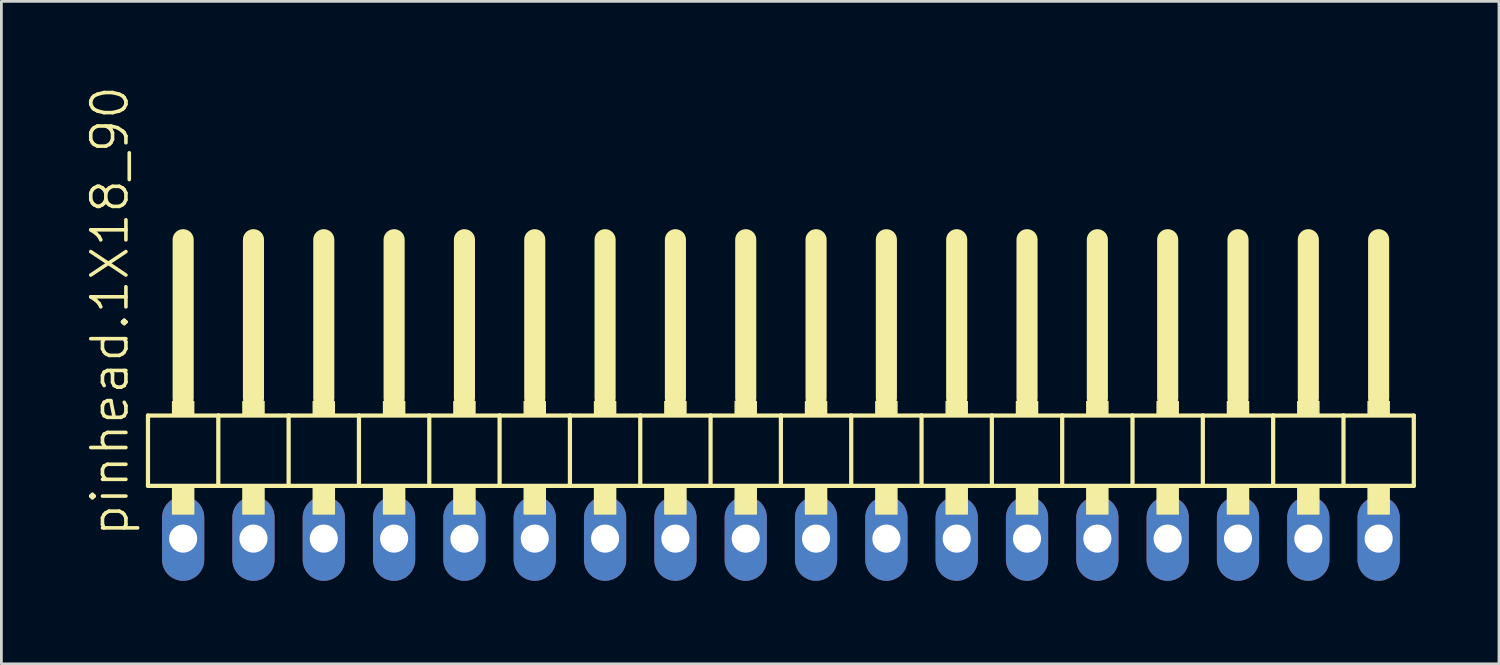
<source format=kicad_pcb>
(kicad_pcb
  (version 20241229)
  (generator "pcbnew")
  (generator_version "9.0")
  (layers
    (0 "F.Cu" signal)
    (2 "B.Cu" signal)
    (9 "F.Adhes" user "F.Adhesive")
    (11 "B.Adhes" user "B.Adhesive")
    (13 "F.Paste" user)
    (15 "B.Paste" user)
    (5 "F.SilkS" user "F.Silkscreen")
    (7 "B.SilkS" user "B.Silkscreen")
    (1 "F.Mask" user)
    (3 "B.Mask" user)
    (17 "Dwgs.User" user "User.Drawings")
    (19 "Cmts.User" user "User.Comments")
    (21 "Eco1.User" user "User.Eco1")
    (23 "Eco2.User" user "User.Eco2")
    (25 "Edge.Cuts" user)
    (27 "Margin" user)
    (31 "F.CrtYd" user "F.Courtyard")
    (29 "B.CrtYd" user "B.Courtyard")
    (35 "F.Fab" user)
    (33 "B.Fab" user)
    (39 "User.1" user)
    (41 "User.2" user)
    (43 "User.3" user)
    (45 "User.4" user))
  (footprint "pinhead.1X18_90"
    (layer "F.Cu")
    (at 25.155 12.594)
    (property "Reference" "pinhead.1X18_90" (at -23.495 3.81 90) (layer "F.SilkS") (effects (font (size 1.27 1.27) (thickness 0.13)) (justify left bottom)))
    (attr through_hole)
    (fp_line (start -22.86 -0.635) (end -22.86 1.905) (stroke (width 0.152) (type default)) (layer "F.SilkS"))
    (fp_line (start -22.86 1.905) (end -20.32 1.905) (stroke (width 0.152) (type default)) (layer "F.SilkS"))
    (fp_line (start -21.59 -6.985) (end -21.59 -1.27) (stroke (width 0.762) (type default)) (layer "F.SilkS"))
    (fp_line (start -20.32 -0.635) (end -22.86 -0.635) (stroke (width 0.152) (type default)) (layer "F.SilkS"))
    (fp_line (start -20.32 1.905) (end -20.32 -0.635) (stroke (width 0.152) (type default)) (layer "F.SilkS"))
    (fp_line (start -20.32 1.905) (end -17.78 1.905) (stroke (width 0.152) (type default)) (layer "F.SilkS"))
    (fp_line (start -19.05 -6.985) (end -19.05 -1.27) (stroke (width 0.762) (type default)) (layer "F.SilkS"))
    (fp_line (start -17.78 -0.635) (end -20.32 -0.635) (stroke (width 0.152) (type default)) (layer "F.SilkS"))
    (fp_line (start -17.78 1.905) (end -17.78 -0.635) (stroke (width 0.152) (type default)) (layer "F.SilkS"))
    (fp_line (start -17.78 1.905) (end -15.24 1.905) (stroke (width 0.152) (type default)) (layer "F.SilkS"))
    (fp_line (start -16.51 -6.985) (end -16.51 -1.27) (stroke (width 0.762) (type default)) (layer "F.SilkS"))
    (fp_line (start -15.24 -0.635) (end -17.78 -0.635) (stroke (width 0.152) (type default)) (layer "F.SilkS"))
    (fp_line (start -15.24 1.905) (end -15.24 -0.635) (stroke (width 0.152) (type default)) (layer "F.SilkS"))
    (fp_line (start -15.24 1.905) (end -12.7 1.905) (stroke (width 0.152) (type default)) (layer "F.SilkS"))
    (fp_line (start -13.97 -6.985) (end -13.97 -1.27) (stroke (width 0.762) (type default)) (layer "F.SilkS"))
    (fp_line (start -12.7 -0.635) (end -15.24 -0.635) (stroke (width 0.152) (type default)) (layer "F.SilkS"))
    (fp_line (start -12.7 1.905) (end -12.7 -0.635) (stroke (width 0.152) (type default)) (layer "F.SilkS"))
    (fp_line (start -12.7 1.905) (end -10.16 1.905) (stroke (width 0.152) (type default)) (layer "F.SilkS"))
    (fp_line (start -11.43 -6.985) (end -11.43 -1.27) (stroke (width 0.762) (type default)) (layer "F.SilkS"))
    (fp_line (start -10.16 -0.635) (end -12.7 -0.635) (stroke (width 0.152) (type default)) (layer "F.SilkS"))
    (fp_line (start -10.16 1.905) (end -10.16 -0.635) (stroke (width 0.152) (type default)) (layer "F.SilkS"))
    (fp_line (start -10.16 1.905) (end -7.62 1.905) (stroke (width 0.152) (type default)) (layer "F.SilkS"))
    (fp_line (start -8.89 -6.985) (end -8.89 -1.27) (stroke (width 0.762) (type default)) (layer "F.SilkS"))
    (fp_line (start -7.62 -0.635) (end -10.16 -0.635) (stroke (width 0.152) (type default)) (layer "F.SilkS"))
    (fp_line (start -7.62 1.905) (end -7.62 -0.635) (stroke (width 0.152) (type default)) (layer "F.SilkS"))
    (fp_line (start -7.62 1.905) (end -5.08 1.905) (stroke (width 0.152) (type default)) (layer "F.SilkS"))
    (fp_line (start -6.35 -6.985) (end -6.35 -1.27) (stroke (width 0.762) (type default)) (layer "F.SilkS"))
    (fp_line (start -5.08 -0.635) (end -7.62 -0.635) (stroke (width 0.152) (type default)) (layer "F.SilkS"))
    (fp_line (start -5.08 1.905) (end -5.08 -0.635) (stroke (width 0.152) (type default)) (layer "F.SilkS"))
    (fp_line (start -5.08 1.905) (end -2.54 1.905) (stroke (width 0.152) (type default)) (layer "F.SilkS"))
    (fp_line (start -3.81 -6.985) (end -3.81 -1.27) (stroke (width 0.762) (type default)) (layer "F.SilkS"))
    (fp_line (start -2.54 -0.635) (end -5.08 -0.635) (stroke (width 0.152) (type default)) (layer "F.SilkS"))
    (fp_line (start -2.54 1.905) (end -2.54 -0.635) (stroke (width 0.152) (type default)) (layer "F.SilkS"))
    (fp_line (start -2.54 1.905) (end 0 1.905) (stroke (width 0.152) (type default)) (layer "F.SilkS"))
    (fp_line (start -1.27 -6.985) (end -1.27 -1.27) (stroke (width 0.762) (type default)) (layer "F.SilkS"))
    (fp_line (start 0 -0.635) (end -2.54 -0.635) (stroke (width 0.152) (type default)) (layer "F.SilkS"))
    (fp_line (start 0 1.905) (end 0 -0.635) (stroke (width 0.152) (type default)) (layer "F.SilkS"))
    (fp_line (start 0 1.905) (end 2.54 1.905) (stroke (width 0.152) (type default)) (layer "F.SilkS"))
    (fp_line (start 1.27 -6.985) (end 1.27 -1.27) (stroke (width 0.762) (type default)) (layer "F.SilkS"))
    (fp_line (start 2.54 -0.635) (end 0 -0.635) (stroke (width 0.152) (type default)) (layer "F.SilkS"))
    (fp_line (start 2.54 1.905) (end 2.54 -0.635) (stroke (width 0.152) (type default)) (layer "F.SilkS"))
    (fp_line (start 2.54 1.905) (end 5.08 1.905) (stroke (width 0.152) (type default)) (layer "F.SilkS"))
    (fp_line (start 3.81 -6.985) (end 3.81 -1.27) (stroke (width 0.762) (type default)) (layer "F.SilkS"))
    (fp_line (start 5.08 -0.635) (end 2.54 -0.635) (stroke (width 0.152) (type default)) (layer "F.SilkS"))
    (fp_line (start 5.08 1.905) (end 5.08 -0.635) (stroke (width 0.152) (type default)) (layer "F.SilkS"))
    (fp_line (start 5.08 1.905) (end 7.62 1.905) (stroke (width 0.152) (type default)) (layer "F.SilkS"))
    (fp_line (start 6.35 -6.985) (end 6.35 -1.27) (stroke (width 0.762) (type default)) (layer "F.SilkS"))
    (fp_line (start 7.62 -0.635) (end 5.08 -0.635) (stroke (width 0.152) (type default)) (layer "F.SilkS"))
    (fp_line (start 7.62 1.905) (end 7.62 -0.635) (stroke (width 0.152) (type default)) (layer "F.SilkS"))
    (fp_line (start 7.62 1.905) (end 10.16 1.905) (stroke (width 0.152) (type default)) (layer "F.SilkS"))
    (fp_line (start 8.89 -6.985) (end 8.89 -1.27) (stroke (width 0.762) (type default)) (layer "F.SilkS"))
    (fp_line (start 10.16 -0.635) (end 7.62 -0.635) (stroke (width 0.152) (type default)) (layer "F.SilkS"))
    (fp_line (start 10.16 1.905) (end 10.16 -0.635) (stroke (width 0.152) (type default)) (layer "F.SilkS"))
    (fp_line (start 10.16 1.905) (end 12.7 1.905) (stroke (width 0.152) (type default)) (layer "F.SilkS"))
    (fp_line (start 11.43 -6.985) (end 11.43 -1.27) (stroke (width 0.762) (type default)) (layer "F.SilkS"))
    (fp_line (start 12.7 -0.635) (end 10.16 -0.635) (stroke (width 0.152) (type default)) (layer "F.SilkS"))
    (fp_line (start 12.7 1.905) (end 12.7 -0.635) (stroke (width 0.152) (type default)) (layer "F.SilkS"))
    (fp_line (start 12.7 1.905) (end 15.24 1.905) (stroke (width 0.152) (type default)) (layer "F.SilkS"))
    (fp_line (start 13.97 -6.985) (end 13.97 -1.27) (stroke (width 0.762) (type default)) (layer "F.SilkS"))
    (fp_line (start 15.24 -0.635) (end 12.7 -0.635) (stroke (width 0.152) (type default)) (layer "F.SilkS"))
    (fp_line (start 15.24 1.905) (end 15.24 -0.635) (stroke (width 0.152) (type default)) (layer "F.SilkS"))
    (fp_line (start 15.24 1.905) (end 17.78 1.905) (stroke (width 0.152) (type default)) (layer "F.SilkS"))
    (fp_line (start 16.51 -6.985) (end 16.51 -1.27) (stroke (width 0.762) (type default)) (layer "F.SilkS"))
    (fp_line (start 17.78 -0.635) (end 15.24 -0.635) (stroke (width 0.152) (type default)) (layer "F.SilkS"))
    (fp_line (start 17.78 1.905) (end 17.78 -0.635) (stroke (width 0.152) (type default)) (layer "F.SilkS"))
    (fp_line (start 17.78 1.905) (end 20.32 1.905) (stroke (width 0.152) (type default)) (layer "F.SilkS"))
    (fp_line (start 19.05 -6.985) (end 19.05 -1.27) (stroke (width 0.762) (type default)) (layer "F.SilkS"))
    (fp_line (start 20.32 -0.635) (end 17.78 -0.635) (stroke (width 0.152) (type default)) (layer "F.SilkS"))
    (fp_line (start 20.32 1.905) (end 20.32 -0.635) (stroke (width 0.152) (type default)) (layer "F.SilkS"))
    (fp_line (start 20.32 1.905) (end 22.86 1.905) (stroke (width 0.152) (type default)) (layer "F.SilkS"))
    (fp_line (start 21.59 -6.985) (end 21.59 -1.27) (stroke (width 0.762) (type default)) (layer "F.SilkS"))
    (fp_line (start 22.86 -0.635) (end 20.32 -0.635) (stroke (width 0.152) (type default)) (layer "F.SilkS"))
    (fp_line (start 22.86 1.905) (end 22.86 -0.635) (stroke (width 0.152) (type default)) (layer "F.SilkS"))
    (fp_rect (start -21.971 -0.635) (end -21.209 -1.143) (stroke (width 0.05) (type default)) (fill yes) (layer "F.SilkS"))
    (fp_rect (start -21.971 2.921) (end -21.209 1.905) (stroke (width 0.05) (type default)) (fill yes) (layer "F.SilkS"))
    (fp_rect (start -19.431 -0.635) (end -18.669 -1.143) (stroke (width 0.05) (type default)) (fill yes) (layer "F.SilkS"))
    (fp_rect (start -19.431 2.921) (end -18.669 1.905) (stroke (width 0.05) (type default)) (fill yes) (layer "F.SilkS"))
    (fp_rect (start -16.891 -0.635) (end -16.129 -1.143) (stroke (width 0.05) (type default)) (fill yes) (layer "F.SilkS"))
    (fp_rect (start -16.891 2.921) (end -16.129 1.905) (stroke (width 0.05) (type default)) (fill yes) (layer "F.SilkS"))
    (fp_rect (start -14.351 -0.635) (end -13.589 -1.143) (stroke (width 0.05) (type default)) (fill yes) (layer "F.SilkS"))
    (fp_rect (start -14.351 2.921) (end -13.589 1.905) (stroke (width 0.05) (type default)) (fill yes) (layer "F.SilkS"))
    (fp_rect (start -11.811 -0.635) (end -11.049 -1.143) (stroke (width 0.05) (type default)) (fill yes) (layer "F.SilkS"))
    (fp_rect (start -11.811 2.921) (end -11.049 1.905) (stroke (width 0.05) (type default)) (fill yes) (layer "F.SilkS"))
    (fp_rect (start -9.271 -0.635) (end -8.509 -1.143) (stroke (width 0.05) (type default)) (fill yes) (layer "F.SilkS"))
    (fp_rect (start -9.271 2.921) (end -8.509 1.905) (stroke (width 0.05) (type default)) (fill yes) (layer "F.SilkS"))
    (fp_rect (start -6.731 -0.635) (end -5.969 -1.143) (stroke (width 0.05) (type default)) (fill yes) (layer "F.SilkS"))
    (fp_rect (start -6.731 2.921) (end -5.969 1.905) (stroke (width 0.05) (type default)) (fill yes) (layer "F.SilkS"))
    (fp_rect (start -4.191 -0.635) (end -3.429 -1.143) (stroke (width 0.05) (type default)) (fill yes) (layer "F.SilkS"))
    (fp_rect (start -4.191 2.921) (end -3.429 1.905) (stroke (width 0.05) (type default)) (fill yes) (layer "F.SilkS"))
    (fp_rect (start -1.651 -0.635) (end -0.889 -1.143) (stroke (width 0.05) (type default)) (fill yes) (layer "F.SilkS"))
    (fp_rect (start -1.651 2.921) (end -0.889 1.905) (stroke (width 0.05) (type default)) (fill yes) (layer "F.SilkS"))
    (fp_rect (start 0.889 -0.635) (end 1.651 -1.143) (stroke (width 0.05) (type default)) (fill yes) (layer "F.SilkS"))
    (fp_rect (start 0.889 2.921) (end 1.651 1.905) (stroke (width 0.05) (type default)) (fill yes) (layer "F.SilkS"))
    (fp_rect (start 3.429 -0.635) (end 4.191 -1.143) (stroke (width 0.05) (type default)) (fill yes) (layer "F.SilkS"))
    (fp_rect (start 3.429 2.921) (end 4.191 1.905) (stroke (width 0.05) (type default)) (fill yes) (layer "F.SilkS"))
    (fp_rect (start 5.969 -0.635) (end 6.731 -1.143) (stroke (width 0.05) (type default)) (fill yes) (layer "F.SilkS"))
    (fp_rect (start 5.969 2.921) (end 6.731 1.905) (stroke (width 0.05) (type default)) (fill yes) (layer "F.SilkS"))
    (fp_rect (start 8.509 -0.635) (end 9.271 -1.143) (stroke (width 0.05) (type default)) (fill yes) (layer "F.SilkS"))
    (fp_rect (start 8.509 2.921) (end 9.271 1.905) (stroke (width 0.05) (type default)) (fill yes) (layer "F.SilkS"))
    (fp_rect (start 11.049 -0.635) (end 11.811 -1.143) (stroke (width 0.05) (type default)) (fill yes) (layer "F.SilkS"))
    (fp_rect (start 11.049 2.921) (end 11.811 1.905) (stroke (width 0.05) (type default)) (fill yes) (layer "F.SilkS"))
    (fp_rect (start 13.589 -0.635) (end 14.351 -1.143) (stroke (width 0.05) (type default)) (fill yes) (layer "F.SilkS"))
    (fp_rect (start 13.589 2.921) (end 14.351 1.905) (stroke (width 0.05) (type default)) (fill yes) (layer "F.SilkS"))
    (fp_rect (start 16.129 -0.635) (end 16.891 -1.143) (stroke (width 0.05) (type default)) (fill yes) (layer "F.SilkS"))
    (fp_rect (start 16.129 2.921) (end 16.891 1.905) (stroke (width 0.05) (type default)) (fill yes) (layer "F.SilkS"))
    (fp_rect (start 18.669 -0.635) (end 19.431 -1.143) (stroke (width 0.05) (type default)) (fill yes) (layer "F.SilkS"))
    (fp_rect (start 18.669 2.921) (end 19.431 1.905) (stroke (width 0.05) (type default)) (fill yes) (layer "F.SilkS"))
    (fp_rect (start 21.209 -0.635) (end 21.971 -1.143) (stroke (width 0.05) (type default)) (fill yes) (layer "F.SilkS"))
    (fp_rect (start 21.209 2.921) (end 21.971 1.905) (stroke (width 0.05) (type default)) (fill yes) (layer "F.SilkS"))
    (pad "1" thru_hole oval (at -21.59 3.81 90) (size 3.048 1.524) (drill 1.016) (layers "*.Cu" "*.Mask"))
    (pad "2" thru_hole oval (at -19.05 3.81 90) (size 3.048 1.524) (drill 1.016) (layers "*.Cu" "*.Mask"))
    (pad "3" thru_hole oval (at -16.51 3.81 90) (size 3.048 1.524) (drill 1.016) (layers "*.Cu" "*.Mask"))
    (pad "4" thru_hole oval (at -13.97 3.81 90) (size 3.048 1.524) (drill 1.016) (layers "*.Cu" "*.Mask"))
    (pad "5" thru_hole oval (at -11.43 3.81 90) (size 3.048 1.524) (drill 1.016) (layers "*.Cu" "*.Mask"))
    (pad "6" thru_hole oval (at -8.89 3.81 90) (size 3.048 1.524) (drill 1.016) (layers "*.Cu" "*.Mask"))
    (pad "7" thru_hole oval (at -6.35 3.81 90) (size 3.048 1.524) (drill 1.016) (layers "*.Cu" "*.Mask"))
    (pad "8" thru_hole oval (at -3.81 3.81 90) (size 3.048 1.524) (drill 1.016) (layers "*.Cu" "*.Mask"))
    (pad "9" thru_hole oval (at -1.27 3.81 90) (size 3.048 1.524) (drill 1.016) (layers "*.Cu" "*.Mask"))
    (pad "10" thru_hole oval (at 1.27 3.81 90) (size 3.048 1.524) (drill 1.016) (layers "*.Cu" "*.Mask"))
    (pad "11" thru_hole oval (at 3.81 3.81 90) (size 3.048 1.524) (drill 1.016) (layers "*.Cu" "*.Mask"))
    (pad "12" thru_hole oval (at 6.35 3.81 90) (size 3.048 1.524) (drill 1.016) (layers "*.Cu" "*.Mask"))
    (pad "13" thru_hole oval (at 8.89 3.81 90) (size 3.048 1.524) (drill 1.016) (layers "*.Cu" "*.Mask"))
    (pad "14" thru_hole oval (at 11.43 3.81 90) (size 3.048 1.524) (drill 1.016) (layers "*.Cu" "*.Mask"))
    (pad "15" thru_hole oval (at 13.97 3.81 90) (size 3.048 1.524) (drill 1.016) (layers "*.Cu" "*.Mask"))
    (pad "16" thru_hole oval (at 16.51 3.81 90) (size 3.048 1.524) (drill 1.016) (layers "*.Cu" "*.Mask"))
    (pad "17" thru_hole oval (at 19.05 3.81 90) (size 3.048 1.524) (drill 1.016) (layers "*.Cu" "*.Mask"))
    (pad "18" thru_hole oval (at 21.59 3.81 90) (size 3.048 1.524) (drill 1.016) (layers "*.Cu" "*.Mask")))
  (gr_rect
    (start -3 -3)
    (end 51.091 20.928)
    (stroke (width 0.1) (type default))
    (fill no)
    (layer "Edge.Cuts")))
</source>
